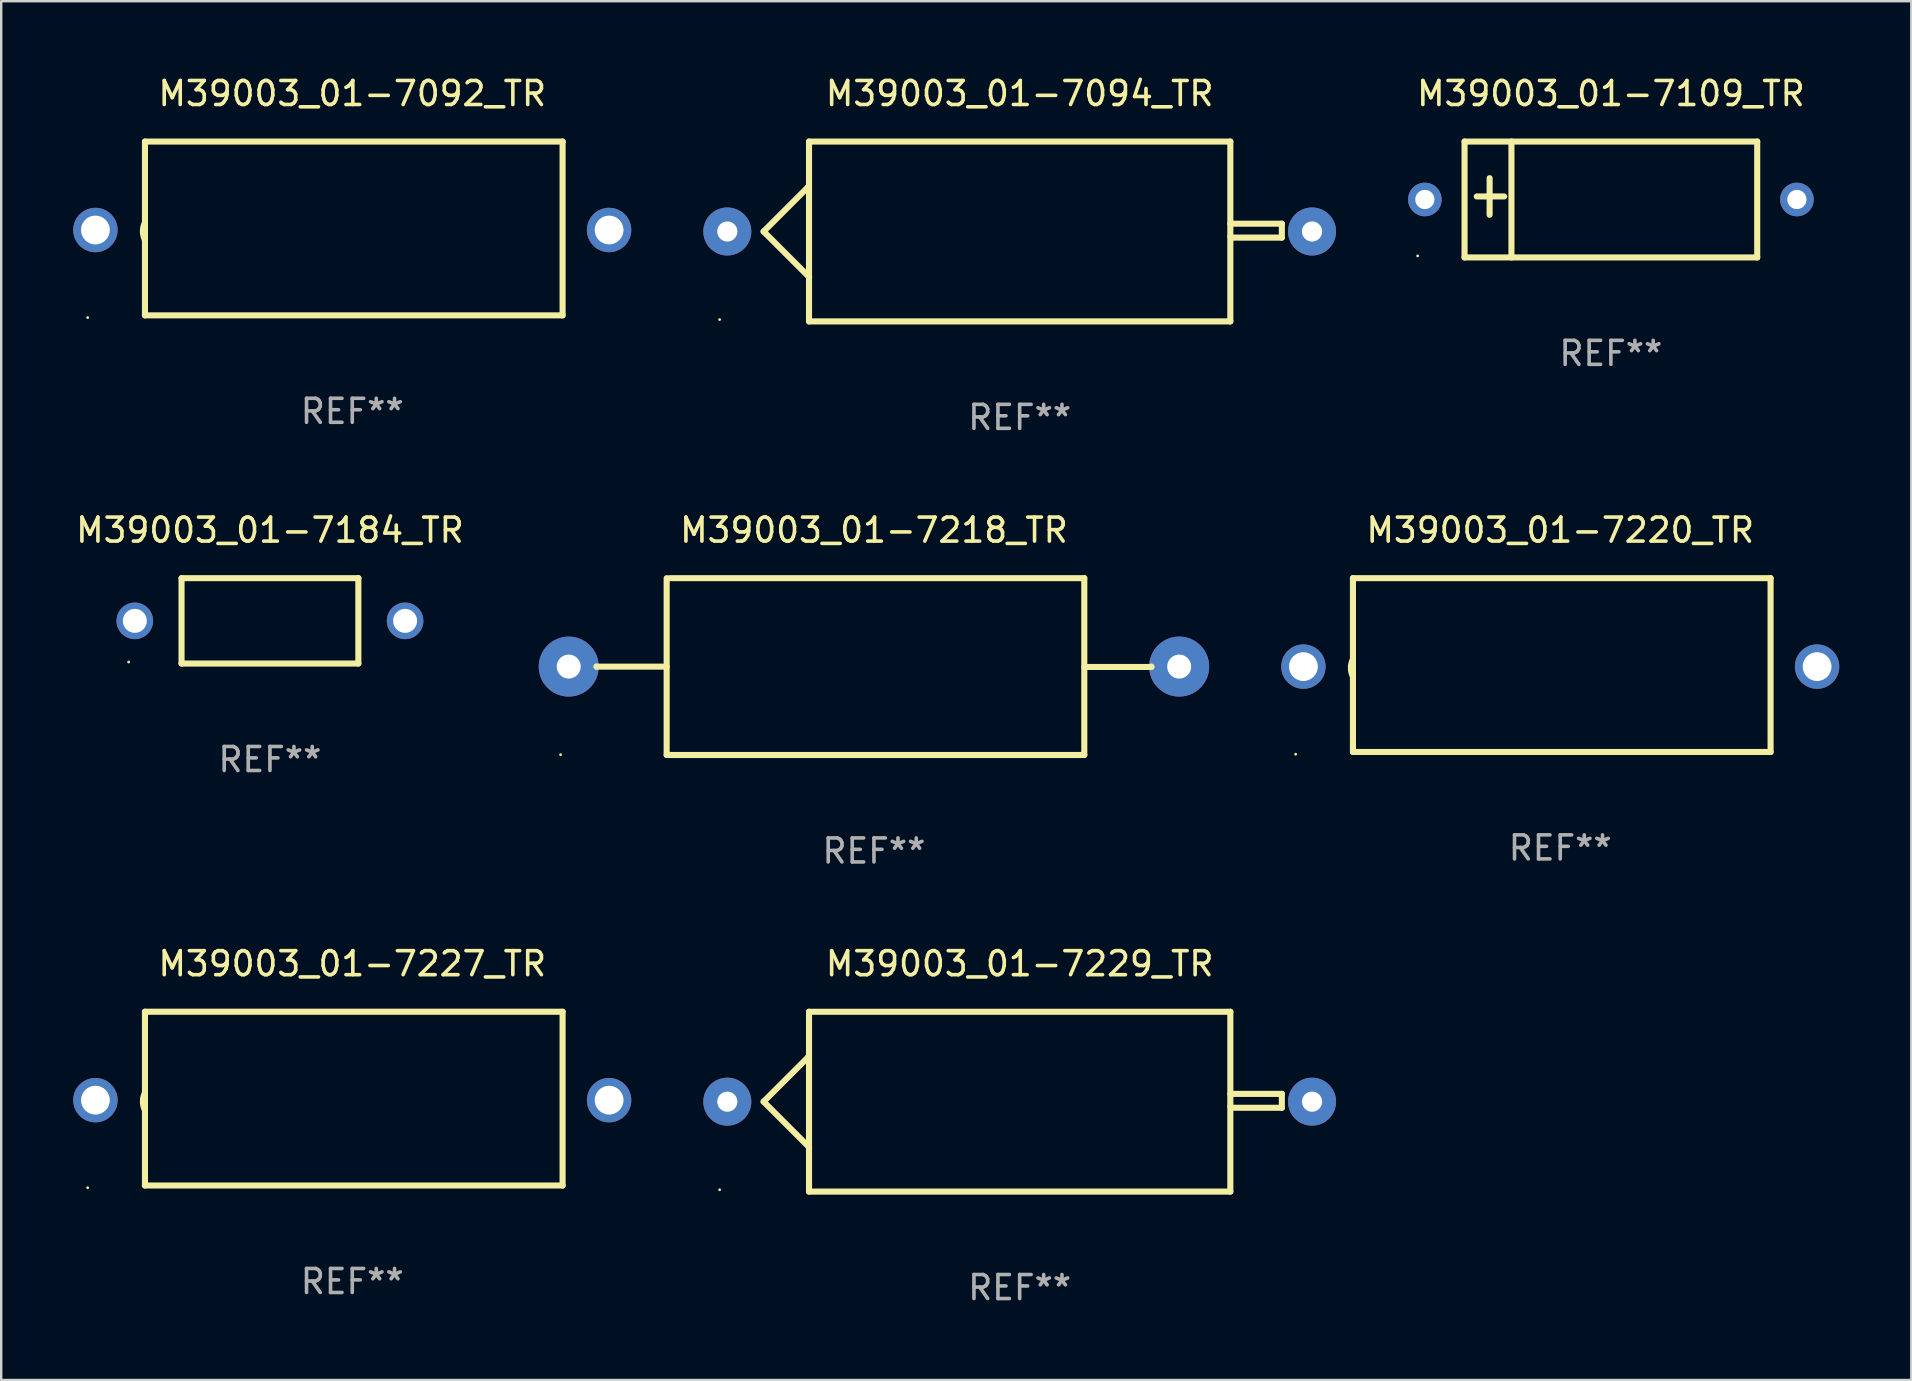
<source format=kicad_pcb>
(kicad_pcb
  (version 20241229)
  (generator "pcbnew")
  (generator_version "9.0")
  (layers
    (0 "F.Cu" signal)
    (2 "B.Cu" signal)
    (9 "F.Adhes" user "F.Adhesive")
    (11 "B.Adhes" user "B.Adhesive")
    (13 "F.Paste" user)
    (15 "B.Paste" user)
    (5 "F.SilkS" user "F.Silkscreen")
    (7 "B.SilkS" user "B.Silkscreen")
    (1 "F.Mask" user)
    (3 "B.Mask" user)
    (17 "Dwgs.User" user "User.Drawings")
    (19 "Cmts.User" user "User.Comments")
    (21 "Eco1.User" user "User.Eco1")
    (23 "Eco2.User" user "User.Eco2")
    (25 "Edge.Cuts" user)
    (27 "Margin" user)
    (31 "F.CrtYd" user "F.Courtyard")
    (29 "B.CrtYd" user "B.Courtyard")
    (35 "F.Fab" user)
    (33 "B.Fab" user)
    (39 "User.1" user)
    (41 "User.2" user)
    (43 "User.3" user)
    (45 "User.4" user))
  (footprint "M39003_01-7227_TR"
    (layer "F.Cu")
    (at 11.625 42.719)
    (property "Reference" "M39003_01-7227_TR" (at 0 -5.62 0) (layer "F.SilkS") (effects (font (size 1 1) (thickness 0.15))))
    (attr through_hole)
    (fp_line (start -8.636 -3.62) (end -8.636 3.62) (stroke (width 0.254) (type solid)) (layer "F.SilkS"))
    (fp_line (start -8.636 3.62) (end 8.763 3.62) (stroke (width 0.254) (type solid)) (layer "F.SilkS"))
    (fp_line (start 8.763 -3.62) (end -8.636 -3.62) (stroke (width 0.254) (type solid)) (layer "F.SilkS"))
    (fp_line (start 8.763 3.62) (end 8.763 -3.62) (stroke (width 0.254) (type solid)) (layer "F.SilkS"))
    (fp_arc (start -8.636017 0.480061) (mid -8.72152 0.117869) (end -8.636017 -0.244323) (stroke (width 0.254001) (type solid)) (layer "F.SilkS"))
    (fp_circle (center -11.023 3.713) (end -10.993 3.713) (stroke (width 0.06) (type solid)) (fill no) (layer "F.SilkS"))
    (fp_text user "REF**" (at 0 7.62 0) (layer "F.Fab") (effects (font (size 1 1) (thickness 0.15))))
    (pad "1" thru_hole circle (at -10.7 0.064) (size 1.85 1.85) (drill 1.2) (layers "*.Cu" "*.Mask"))
    (pad "2" thru_hole circle (at 10.7 0.064) (size 1.85 1.85) (drill 1.2) (layers "*.Cu" "*.Mask")))
  (footprint "M39003_01-7109_TR"
    (layer "F.Cu")
    (at 64.06 5.261)
    (property "Reference" "M39003_01-7109_TR" (at 0 -4.413 0) (layer "F.SilkS") (effects (font (size 1 1) (thickness 0.15))))
    (attr through_hole)
    (fp_line (start -6.096 -2.413) (end -6.096 2.413) (stroke (width 0.254) (type solid)) (layer "F.SilkS"))
    (fp_line (start -6.096 2.413) (end 6.096 2.413) (stroke (width 0.254) (type solid)) (layer "F.SilkS"))
    (fp_line (start -5.588 -0.127) (end -4.445 -0.127) (stroke (width 0.254) (type solid)) (layer "F.SilkS"))
    (fp_line (start -5.052 -0.888) (end -5.052 0.636) (stroke (width 0.254) (type solid)) (layer "F.SilkS"))
    (fp_line (start -4.143 -2.413) (end -4.143 2.413) (stroke (width 0.254) (type solid)) (layer "F.SilkS"))
    (fp_line (start 6.096 -2.413) (end -6.096 -2.413) (stroke (width 0.254) (type solid)) (layer "F.SilkS"))
    (fp_line (start 6.096 2.413) (end 6.096 -2.413) (stroke (width 0.254) (type solid)) (layer "F.SilkS"))
    (fp_circle (center -8.05 2.35) (end -8.02 2.35) (stroke (width 0.06) (type solid)) (fill no) (layer "F.SilkS"))
    (fp_text user "REF**" (at 0 6.413 0) (layer "F.Fab") (effects (font (size 1 1) (thickness 0.15))))
    (pad "1" thru_hole circle (at -7.75 0) (size 1.4 1.4) (drill 0.8) (layers "*.Cu" "*.Mask"))
    (pad "2" thru_hole circle (at 7.75 0) (size 1.4 1.4) (drill 0.8) (layers "*.Cu" "*.Mask")))
  (footprint "M39003_01-7229_TR"
    (layer "F.Cu")
    (at 39.43 42.846)
    (property "Reference" "M39003_01-7229_TR" (at 0 -5.746 0) (layer "F.SilkS") (effects (font (size 1 1) (thickness 0.15))))
    (attr through_hole)
    (fp_line (start -10.668 0) (end -8.776 1.892) (stroke (width 0.254) (type solid)) (layer "F.SilkS"))
    (fp_line (start -8.821 -1.847) (end -10.668 0) (stroke (width 0.254) (type solid)) (layer "F.SilkS"))
    (fp_line (start -8.776 -1.847) (end -8.821 -1.847) (stroke (width 0.254) (type solid)) (layer "F.SilkS"))
    (fp_line (start -8.776 1.892) (end -8.776 1.943) (stroke (width 0.254) (type solid)) (layer "F.SilkS"))
    (fp_line (start -8.776 -3.746) (end 8.776 -3.746) (stroke (width 0.254) (type solid)) (layer "F.SilkS"))
    (fp_line (start -8.776 3.746) (end -8.776 -3.746) (stroke (width 0.254) (type solid)) (layer "F.SilkS"))
    (fp_line (start 8.776 -3.746) (end 8.776 3.746) (stroke (width 0.254) (type solid)) (layer "F.SilkS"))
    (fp_line (start 8.776 -0.325) (end 10.922 -0.325) (stroke (width 0.254) (type solid)) (layer "F.SilkS"))
    (fp_line (start 8.776 3.746) (end -8.776 3.746) (stroke (width 0.254) (type solid)) (layer "F.SilkS"))
    (fp_line (start 8.831 0.254) (end 8.776 0.199) (stroke (width 0.254) (type solid)) (layer "F.SilkS"))
    (fp_line (start 10.922 -0.325) (end 10.922 0.254) (stroke (width 0.254) (type solid)) (layer "F.SilkS"))
    (fp_line (start 10.922 0.254) (end 8.831 0.254) (stroke (width 0.254) (type solid)) (layer "F.SilkS"))
    (fp_circle (center -12.5 3.67) (end -12.47 3.67) (stroke (width 0.06) (type solid)) (fill no) (layer "F.SilkS"))
    (fp_text user "+" (at -8.323 0.924 0) (layer "B.Mask") (effects (font (size 1 1) (thickness 0.15))))
    (fp_text user "REF**" (at 0 7.746 0) (layer "F.Fab") (effects (font (size 1 1) (thickness 0.15))))
    (pad "1" thru_hole circle (at -12.18 0) (size 2 2) (drill 0.84) (layers "*.Cu" "*.Mask"))
    (pad "2" thru_hole circle (at 12.18 0) (size 2 2) (drill 0.84) (layers "*.Cu" "*.Mask")))
  (footprint "M39003_01-7218_TR"
    (layer "F.Cu")
    (at 33.359 24.72)
    (property "Reference" "M39003_01-7218_TR" (at 0 -5.683 0) (layer "F.SilkS") (effects (font (size 1 1) (thickness 0.15))))
    (attr through_hole)
    (fp_line (start -11.557 0.002) (end -11.557 0) (stroke (width 0.254) (type solid)) (layer "F.SilkS"))
    (fp_line (start -8.636 -3.683) (end -8.636 3.683) (stroke (width 0.254) (type solid)) (layer "F.SilkS"))
    (fp_line (start -8.636 0.002) (end -11.557 0.002) (stroke (width 0.254) (type solid)) (layer "F.SilkS"))
    (fp_line (start -8.636 3.683) (end 8.763 3.683) (stroke (width 0.254) (type solid)) (layer "F.SilkS"))
    (fp_line (start 8.763 -3.683) (end -8.509 -3.683) (stroke (width 0.254) (type solid)) (layer "F.SilkS"))
    (fp_line (start 8.763 0.016) (end 11.557 0.016) (stroke (width 0.254) (type solid)) (layer "F.SilkS"))
    (fp_line (start 8.763 3.683) (end 8.763 -3.683) (stroke (width 0.254) (type solid)) (layer "F.SilkS"))
    (fp_line (start 11.557 0.016) (end 11.557 0) (stroke (width 0.254) (type solid)) (layer "F.SilkS"))
    (fp_circle (center -13.056 3.67) (end -13.026 3.67) (stroke (width 0.06) (type solid)) (fill no) (layer "F.SilkS"))
    (fp_text user "REF**" (at 0 7.683 0) (layer "F.Fab") (effects (font (size 1 1) (thickness 0.15))))
    (pad "1" thru_hole circle (at -12.716 0) (size 2.5 2.5) (drill 1) (layers "*.Cu" "*.Mask"))
    (pad "2" thru_hole circle (at 12.716 0) (size 2.5 2.5) (drill 1) (layers "*.Cu" "*.Mask")))
  (footprint "M39003_01-7220_TR"
    (layer "F.Cu")
    (at 61.95 24.657)
    (property "Reference" "M39003_01-7220_TR" (at 0 -5.62 0) (layer "F.SilkS") (effects (font (size 1 1) (thickness 0.15))))
    (attr through_hole)
    (fp_line (start -8.636 -3.62) (end -8.636 3.62) (stroke (width 0.254) (type solid)) (layer "F.SilkS"))
    (fp_line (start -8.636 3.62) (end 8.763 3.62) (stroke (width 0.254) (type solid)) (layer "F.SilkS"))
    (fp_line (start 8.763 -3.62) (end -8.636 -3.62) (stroke (width 0.254) (type solid)) (layer "F.SilkS"))
    (fp_line (start 8.763 3.62) (end 8.763 -3.62) (stroke (width 0.254) (type solid)) (layer "F.SilkS"))
    (fp_arc (start -8.636017 0.480061) (mid -8.72152 0.117869) (end -8.636017 -0.244323) (stroke (width 0.254001) (type solid)) (layer "F.SilkS"))
    (fp_circle (center -11.023 3.713) (end -10.993 3.713) (stroke (width 0.06) (type solid)) (fill no) (layer "F.SilkS"))
    (fp_text user "REF**" (at 0 7.62 0) (layer "F.Fab") (effects (font (size 1 1) (thickness 0.15))))
    (pad "1" thru_hole circle (at -10.7 0.064) (size 1.85 1.85) (drill 1.2) (layers "*.Cu" "*.Mask"))
    (pad "2" thru_hole circle (at 10.7 0.064) (size 1.85 1.85) (drill 1.2) (layers "*.Cu" "*.Mask")))
  (footprint "M39003_01-7094_TR"
    (layer "F.Cu")
    (at 39.43 6.594)
    (property "Reference" "M39003_01-7094_TR" (at 0 -5.746 0) (layer "F.SilkS") (effects (font (size 1 1) (thickness 0.15))))
    (attr through_hole)
    (fp_line (start -10.668 0) (end -8.776 1.892) (stroke (width 0.254) (type solid)) (layer "F.SilkS"))
    (fp_line (start -8.821 -1.847) (end -10.668 0) (stroke (width 0.254) (type solid)) (layer "F.SilkS"))
    (fp_line (start -8.776 -1.847) (end -8.821 -1.847) (stroke (width 0.254) (type solid)) (layer "F.SilkS"))
    (fp_line (start -8.776 1.892) (end -8.776 1.943) (stroke (width 0.254) (type solid)) (layer "F.SilkS"))
    (fp_line (start -8.776 -3.746) (end 8.776 -3.746) (stroke (width 0.254) (type solid)) (layer "F.SilkS"))
    (fp_line (start -8.776 3.746) (end -8.776 -3.746) (stroke (width 0.254) (type solid)) (layer "F.SilkS"))
    (fp_line (start 8.776 -3.746) (end 8.776 3.746) (stroke (width 0.254) (type solid)) (layer "F.SilkS"))
    (fp_line (start 8.776 -0.325) (end 10.922 -0.325) (stroke (width 0.254) (type solid)) (layer "F.SilkS"))
    (fp_line (start 8.776 3.746) (end -8.776 3.746) (stroke (width 0.254) (type solid)) (layer "F.SilkS"))
    (fp_line (start 8.831 0.254) (end 8.776 0.199) (stroke (width 0.254) (type solid)) (layer "F.SilkS"))
    (fp_line (start 10.922 -0.325) (end 10.922 0.254) (stroke (width 0.254) (type solid)) (layer "F.SilkS"))
    (fp_line (start 10.922 0.254) (end 8.831 0.254) (stroke (width 0.254) (type solid)) (layer "F.SilkS"))
    (fp_circle (center -12.5 3.67) (end -12.47 3.67) (stroke (width 0.06) (type solid)) (fill no) (layer "F.SilkS"))
    (fp_text user "+" (at -8.323 0.924 0) (layer "B.Mask") (effects (font (size 1 1) (thickness 0.15))))
    (fp_text user "REF**" (at 0 7.746 0) (layer "F.Fab") (effects (font (size 1 1) (thickness 0.15))))
    (pad "1" thru_hole circle (at -12.18 0) (size 2 2) (drill 0.84) (layers "*.Cu" "*.Mask"))
    (pad "2" thru_hole circle (at 12.18 0) (size 2 2) (drill 0.84) (layers "*.Cu" "*.Mask")))
  (footprint "M39003_01-7184_TR"
    (layer "F.Cu")
    (at 8.196 22.815)
    (property "Reference" "M39003_01-7184_TR" (at 0 -3.778 0) (layer "F.SilkS") (effects (font (size 1 1) (thickness 0.15))))
    (attr through_hole)
    (fp_line (start -3.683 -1.778) (end -3.683 1.778) (stroke (width 0.254) (type solid)) (layer "F.SilkS"))
    (fp_line (start -3.683 1.778) (end 3.683 1.778) (stroke (width 0.254) (type solid)) (layer "F.SilkS"))
    (fp_line (start 3.683 -1.778) (end -3.683 -1.778) (stroke (width 0.254) (type solid)) (layer "F.SilkS"))
    (fp_line (start 3.683 1.778) (end 3.683 -1.778) (stroke (width 0.254) (type solid)) (layer "F.SilkS"))
    (fp_circle (center -5.888 1.715) (end -5.858 1.715) (stroke (width 0.06) (type solid)) (fill no) (layer "F.SilkS"))
    (fp_text user "REF**" (at 0 5.778 0) (layer "F.Fab") (effects (font (size 1 1) (thickness 0.15))))
    (pad "1" thru_hole circle (at -5.63 0) (size 1.524 1.524) (drill 1) (layers "*.Cu" "*.Mask"))
    (pad "2" thru_hole circle (at 5.63 0) (size 1.524 1.524) (drill 1) (layers "*.Cu" "*.Mask")))
  (footprint "M39003_01-7092_TR"
    (layer "F.Cu")
    (at 11.625 6.468)
    (property "Reference" "M39003_01-7092_TR" (at 0 -5.62 0) (layer "F.SilkS") (effects (font (size 1 1) (thickness 0.15))))
    (attr through_hole)
    (fp_line (start -8.636 -3.62) (end -8.636 3.62) (stroke (width 0.254) (type solid)) (layer "F.SilkS"))
    (fp_line (start -8.636 3.62) (end 8.763 3.62) (stroke (width 0.254) (type solid)) (layer "F.SilkS"))
    (fp_line (start 8.763 -3.62) (end -8.636 -3.62) (stroke (width 0.254) (type solid)) (layer "F.SilkS"))
    (fp_line (start 8.763 3.62) (end 8.763 -3.62) (stroke (width 0.254) (type solid)) (layer "F.SilkS"))
    (fp_arc (start -8.636017 0.480061) (mid -8.72152 0.117869) (end -8.636017 -0.244323) (stroke (width 0.254001) (type solid)) (layer "F.SilkS"))
    (fp_circle (center -11.023 3.713) (end -10.993 3.713) (stroke (width 0.06) (type solid)) (fill no) (layer "F.SilkS"))
    (fp_text user "REF**" (at 0 7.62 0) (layer "F.Fab") (effects (font (size 1 1) (thickness 0.15))))
    (pad "1" thru_hole circle (at -10.7 0.064) (size 1.85 1.85) (drill 1.2) (layers "*.Cu" "*.Mask"))
    (pad "2" thru_hole circle (at 10.7 0.064) (size 1.85 1.85) (drill 1.2) (layers "*.Cu" "*.Mask")))
  (gr_rect
    (start -3 -3)
    (end 76.575 54.44)
    (stroke (width 0.1) (type default))
    (fill no)
    (layer "Edge.Cuts")))
</source>
